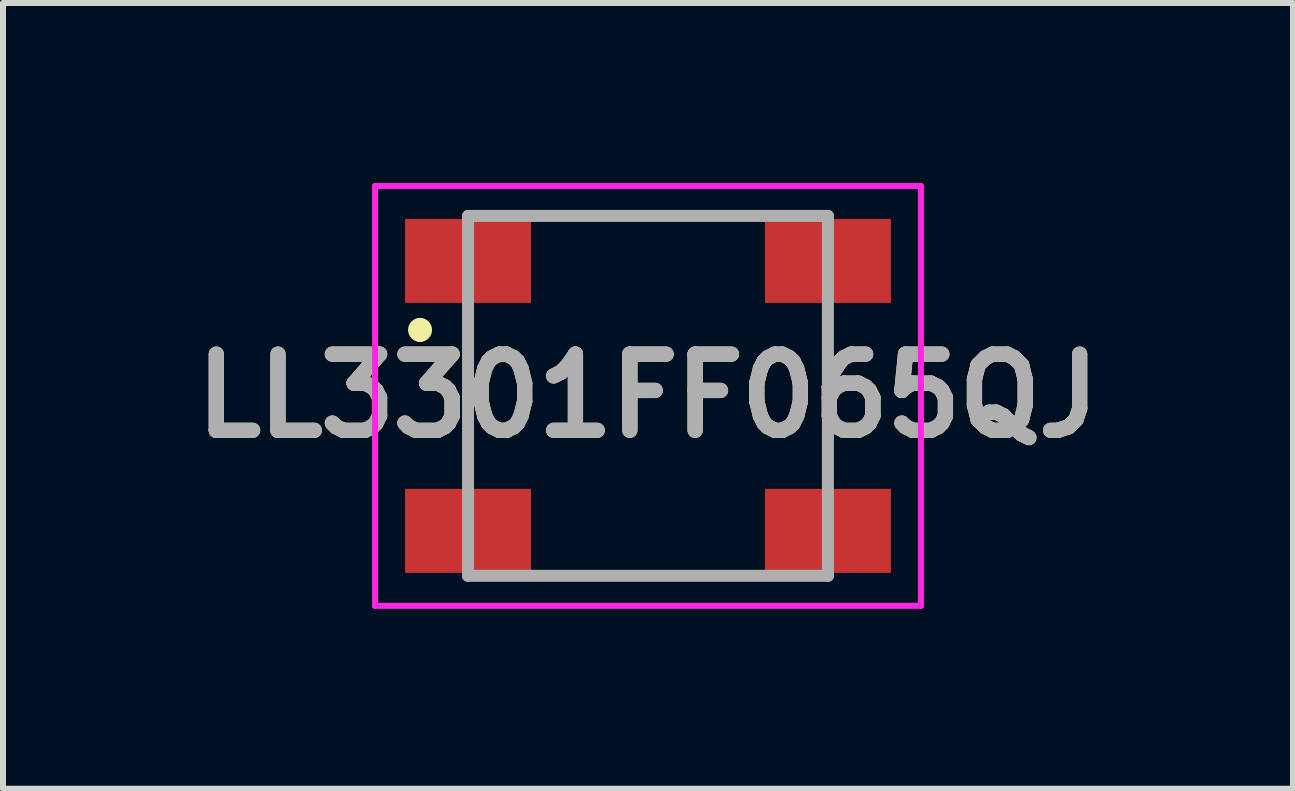
<source format=kicad_pcb>
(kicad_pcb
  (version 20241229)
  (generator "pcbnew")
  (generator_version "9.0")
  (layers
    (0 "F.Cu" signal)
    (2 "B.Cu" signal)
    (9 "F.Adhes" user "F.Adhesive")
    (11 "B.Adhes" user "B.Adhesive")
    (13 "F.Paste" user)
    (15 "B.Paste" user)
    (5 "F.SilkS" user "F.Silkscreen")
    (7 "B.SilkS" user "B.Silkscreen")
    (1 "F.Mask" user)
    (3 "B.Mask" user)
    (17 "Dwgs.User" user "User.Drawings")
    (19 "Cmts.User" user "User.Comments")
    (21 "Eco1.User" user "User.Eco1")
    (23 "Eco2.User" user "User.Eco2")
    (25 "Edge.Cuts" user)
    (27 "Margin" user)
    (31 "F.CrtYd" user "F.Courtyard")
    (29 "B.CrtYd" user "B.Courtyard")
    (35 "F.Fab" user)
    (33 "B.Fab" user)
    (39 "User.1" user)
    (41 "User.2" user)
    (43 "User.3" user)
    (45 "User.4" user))
  (footprint "LL3301FF065QJ"
    (layer "F.Cu")
    (at 7.753 3.55)
    (property "Reference" "LL3301FF065QJ" (at 0 0 0) (layer "F.SilkS") (effects (font (size 1.27 1.27) (thickness 0.254))))
    (attr smd)
    (fp_line (start -3.8 -1.2) (end -3.8 -1.2) (stroke (width 0.2) (type solid)) (layer "F.SilkS"))
    (fp_line (start -3.8 -1) (end -3.8 -1) (stroke (width 0.2) (type solid)) (layer "F.SilkS"))
    (fp_line (start -3 -1) (end -3 1) (stroke (width 0.1) (type solid)) (layer "F.SilkS"))
    (fp_line (start -1 -3) (end 1 -3) (stroke (width 0.1) (type solid)) (layer "F.SilkS"))
    (fp_line (start -1 3) (end 1 3) (stroke (width 0.1) (type solid)) (layer "F.SilkS"))
    (fp_line (start 3 -1) (end 3 1) (stroke (width 0.1) (type solid)) (layer "F.SilkS"))
    (fp_arc (start -3.8 -1.2) (mid -3.7 -1.1) (end -3.8 -1) (stroke (width 0.2) (type solid)) (layer "F.SilkS"))
    (fp_arc (start -3.8 -1) (mid -3.9 -1.1) (end -3.8 -1.2) (stroke (width 0.2) (type solid)) (layer "F.SilkS"))
    (fp_line (start -4.55 -3.5) (end 4.55 -3.5) (stroke (width 0.1) (type solid)) (layer "F.CrtYd"))
    (fp_line (start -4.55 3.5) (end -4.55 -3.5) (stroke (width 0.1) (type solid)) (layer "F.CrtYd"))
    (fp_line (start 4.55 -3.5) (end 4.55 3.5) (stroke (width 0.1) (type solid)) (layer "F.CrtYd"))
    (fp_line (start 4.55 3.5) (end -4.55 3.5) (stroke (width 0.1) (type solid)) (layer "F.CrtYd"))
    (fp_line (start -3 -3) (end 3 -3) (stroke (width 0.2) (type solid)) (layer "F.Fab"))
    (fp_line (start -3 3) (end -3 -3) (stroke (width 0.2) (type solid)) (layer "F.Fab"))
    (fp_line (start 3 -3) (end 3 3) (stroke (width 0.2) (type solid)) (layer "F.Fab"))
    (fp_line (start 3 3) (end -3 3) (stroke (width 0.2) (type solid)) (layer "F.Fab"))
    (fp_text user "${REFERENCE}" (at 0 0 0) (layer "F.Fab") (effects (font (size 1.27 1.27) (thickness 0.254))))
    (pad "1" smd rect (at -3 -2.25 90) (size 1.4 2.1) (layers "F.Cu" "F.Mask" "F.Paste"))
    (pad "2" smd rect (at 3 -2.25 90) (size 1.4 2.1) (layers "F.Cu" "F.Mask" "F.Paste"))
    (pad "3" smd rect (at -3 2.25 90) (size 1.4 2.1) (layers "F.Cu" "F.Mask" "F.Paste"))
    (pad "4" smd rect (at 3 2.25 90) (size 1.4 2.1) (layers "F.Cu" "F.Mask" "F.Paste")))
  (gr_rect
    (start -3 -3)
    (end 18.506 10.1)
    (stroke (width 0.1) (type default))
    (fill no)
    (layer "Edge.Cuts")))
</source>
